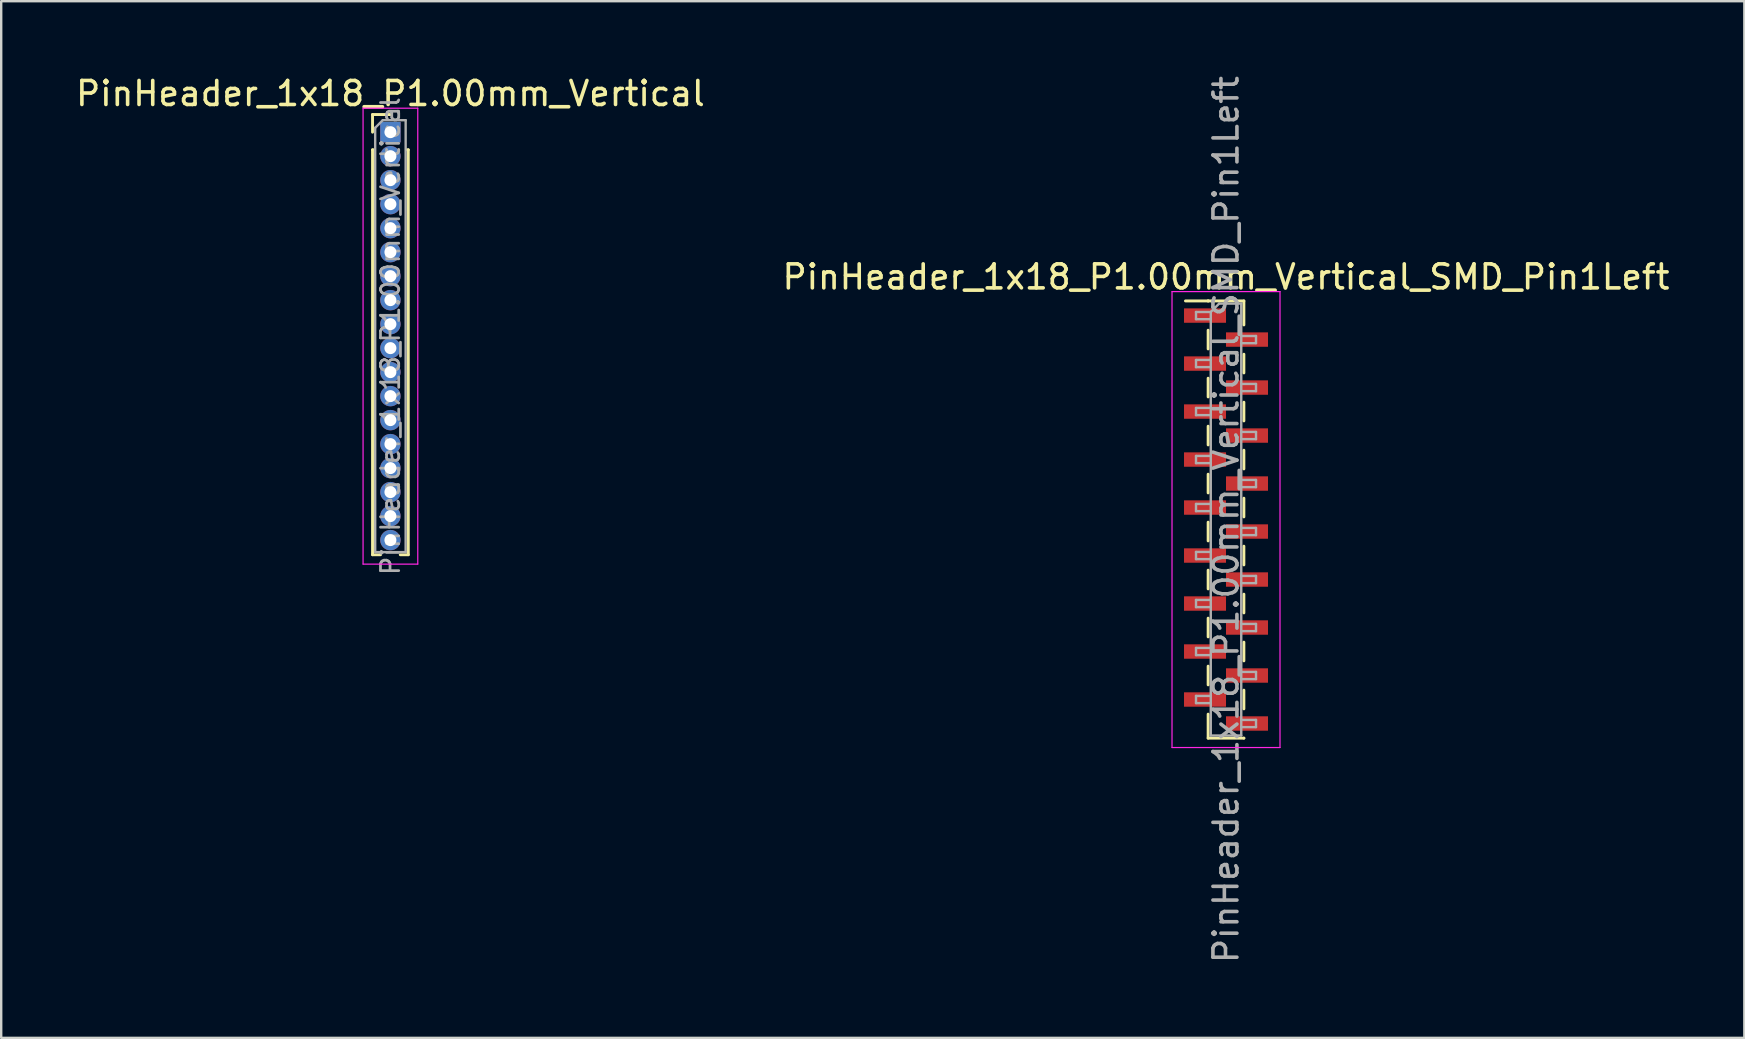
<source format=kicad_pcb>
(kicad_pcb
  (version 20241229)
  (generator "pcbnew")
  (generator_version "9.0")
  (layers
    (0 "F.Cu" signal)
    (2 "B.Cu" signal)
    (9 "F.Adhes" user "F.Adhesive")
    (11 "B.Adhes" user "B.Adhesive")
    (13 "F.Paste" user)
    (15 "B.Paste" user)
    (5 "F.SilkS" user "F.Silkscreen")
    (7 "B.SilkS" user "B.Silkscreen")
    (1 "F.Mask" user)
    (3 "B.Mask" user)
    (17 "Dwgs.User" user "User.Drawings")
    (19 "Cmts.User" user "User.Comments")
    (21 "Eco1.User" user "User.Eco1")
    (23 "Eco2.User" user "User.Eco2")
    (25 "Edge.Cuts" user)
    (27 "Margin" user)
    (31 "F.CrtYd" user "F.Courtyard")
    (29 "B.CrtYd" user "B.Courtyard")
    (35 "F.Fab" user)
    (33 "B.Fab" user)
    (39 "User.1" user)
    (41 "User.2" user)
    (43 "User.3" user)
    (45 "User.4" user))
  (footprint "PinHeader_1x18_P1.00mm_Vertical"
    (layer "F.Cu")
    (at 13.22 2.458)
    (property "Reference" "PinHeader_1x18_P1.00mm_Vertical" (at 0 -1.61 0) (layer "F.SilkS") (effects (font (size 1 1) (thickness 0.15))))
    (attr through_hole)
    (fp_line (start -0.745 -0.735) (end 0 -0.735) (stroke (width 0.12) (type solid)) (layer "F.SilkS"))
    (fp_line (start -0.745 0) (end -0.745 -0.735) (stroke (width 0.12) (type solid)) (layer "F.SilkS"))
    (fp_line (start -0.745 0.735) (end -0.745 17.61) (stroke (width 0.12) (type solid)) (layer "F.SilkS"))
    (fp_line (start -0.745 0.735) (end -0.686 0.735) (stroke (width 0.12) (type solid)) (layer "F.SilkS"))
    (fp_line (start -0.745 17.61) (end -0.41 17.61) (stroke (width 0.12) (type solid)) (layer "F.SilkS"))
    (fp_line (start 0.41 17.61) (end 0.745 17.61) (stroke (width 0.12) (type solid)) (layer "F.SilkS"))
    (fp_line (start 0.686 0.735) (end 0.745 0.735) (stroke (width 0.12) (type solid)) (layer "F.SilkS"))
    (fp_line (start 0.745 0.735) (end 0.745 17.61) (stroke (width 0.12) (type solid)) (layer "F.SilkS"))
    (fp_line (start -1.14 -1) (end -1.14 18) (stroke (width 0.05) (type solid)) (layer "F.CrtYd"))
    (fp_line (start -1.14 18) (end 1.14 18) (stroke (width 0.05) (type solid)) (layer "F.CrtYd"))
    (fp_line (start 1.14 -1) (end -1.14 -1) (stroke (width 0.05) (type solid)) (layer "F.CrtYd"))
    (fp_line (start 1.14 18) (end 1.14 -1) (stroke (width 0.05) (type solid)) (layer "F.CrtYd"))
    (fp_line (start -0.635 -0.182) (end -0.318 -0.5) (stroke (width 0.1) (type solid)) (layer "F.Fab"))
    (fp_line (start -0.635 17.5) (end -0.635 -0.182) (stroke (width 0.1) (type solid)) (layer "F.Fab"))
    (fp_line (start -0.318 -0.5) (end 0.635 -0.5) (stroke (width 0.1) (type solid)) (layer "F.Fab"))
    (fp_line (start 0.635 -0.5) (end 0.635 17.5) (stroke (width 0.1) (type solid)) (layer "F.Fab"))
    (fp_line (start 0.635 17.5) (end -0.635 17.5) (stroke (width 0.1) (type solid)) (layer "F.Fab"))
    (fp_text user "${REFERENCE}" (at 0 8.5 90) (layer "F.Fab") (effects (font (size 0.76 0.76) (thickness 0.114))))
    (pad "1" thru_hole rect (at 0 0) (size 0.85 0.85) (drill 0.5) (layers "*.Cu" "*.Mask"))
    (pad "2" thru_hole circle (at 0 1) (size 0.85 0.85) (drill 0.5) (layers "*.Cu" "*.Mask"))
    (pad "3" thru_hole circle (at 0 2) (size 0.85 0.85) (drill 0.5) (layers "*.Cu" "*.Mask"))
    (pad "4" thru_hole circle (at 0 3) (size 0.85 0.85) (drill 0.5) (layers "*.Cu" "*.Mask"))
    (pad "5" thru_hole circle (at 0 4) (size 0.85 0.85) (drill 0.5) (layers "*.Cu" "*.Mask"))
    (pad "6" thru_hole circle (at 0 5) (size 0.85 0.85) (drill 0.5) (layers "*.Cu" "*.Mask"))
    (pad "7" thru_hole circle (at 0 6) (size 0.85 0.85) (drill 0.5) (layers "*.Cu" "*.Mask"))
    (pad "8" thru_hole circle (at 0 7) (size 0.85 0.85) (drill 0.5) (layers "*.Cu" "*.Mask"))
    (pad "9" thru_hole circle (at 0 8) (size 0.85 0.85) (drill 0.5) (layers "*.Cu" "*.Mask"))
    (pad "10" thru_hole circle (at 0 9) (size 0.85 0.85) (drill 0.5) (layers "*.Cu" "*.Mask"))
    (pad "11" thru_hole circle (at 0 10) (size 0.85 0.85) (drill 0.5) (layers "*.Cu" "*.Mask"))
    (pad "12" thru_hole circle (at 0 11) (size 0.85 0.85) (drill 0.5) (layers "*.Cu" "*.Mask"))
    (pad "13" thru_hole circle (at 0 12) (size 0.85 0.85) (drill 0.5) (layers "*.Cu" "*.Mask"))
    (pad "14" thru_hole circle (at 0 13) (size 0.85 0.85) (drill 0.5) (layers "*.Cu" "*.Mask"))
    (pad "15" thru_hole circle (at 0 14) (size 0.85 0.85) (drill 0.5) (layers "*.Cu" "*.Mask"))
    (pad "16" thru_hole circle (at 0 15) (size 0.85 0.85) (drill 0.5) (layers "*.Cu" "*.Mask"))
    (pad "17" thru_hole circle (at 0 16) (size 0.85 0.85) (drill 0.5) (layers "*.Cu" "*.Mask"))
    (pad "18" thru_hole circle (at 0 17) (size 0.85 0.85) (drill 0.5) (layers "*.Cu" "*.Mask")))
  (footprint "PinHeader_1x18_P1.00mm_Vertical_SMD_Pin1Left"
    (layer "F.Cu")
    (at 48.042 18.601)
    (property "Reference" "PinHeader_1x18_P1.00mm_Vertical_SMD_Pin1Left" (at 0 -10.11 0) (layer "F.SilkS") (effects (font (size 1 1) (thickness 0.15))))
    (attr smd)
    (fp_line (start -0.745 -9.11) (end -1.69 -9.11) (stroke (width 0.12) (type solid)) (layer "F.SilkS"))
    (fp_line (start -0.745 -9.11) (end -0.745 -9.11) (stroke (width 0.12) (type solid)) (layer "F.SilkS"))
    (fp_line (start -0.745 -9.11) (end 0.745 -9.11) (stroke (width 0.12) (type solid)) (layer "F.SilkS"))
    (fp_line (start -0.745 -7.89) (end -0.745 -7.11) (stroke (width 0.12) (type solid)) (layer "F.SilkS"))
    (fp_line (start -0.745 -5.89) (end -0.745 -5.11) (stroke (width 0.12) (type solid)) (layer "F.SilkS"))
    (fp_line (start -0.745 -3.89) (end -0.745 -3.11) (stroke (width 0.12) (type solid)) (layer "F.SilkS"))
    (fp_line (start -0.745 -1.89) (end -0.745 -1.11) (stroke (width 0.12) (type solid)) (layer "F.SilkS"))
    (fp_line (start -0.745 0.11) (end -0.745 0.89) (stroke (width 0.12) (type solid)) (layer "F.SilkS"))
    (fp_line (start -0.745 2.11) (end -0.745 2.89) (stroke (width 0.12) (type solid)) (layer "F.SilkS"))
    (fp_line (start -0.745 4.11) (end -0.745 4.89) (stroke (width 0.12) (type solid)) (layer "F.SilkS"))
    (fp_line (start -0.745 6.11) (end -0.745 6.89) (stroke (width 0.12) (type solid)) (layer "F.SilkS"))
    (fp_line (start -0.745 8.11) (end -0.745 9.11) (stroke (width 0.12) (type solid)) (layer "F.SilkS"))
    (fp_line (start -0.745 9.11) (end 0.745 9.11) (stroke (width 0.12) (type solid)) (layer "F.SilkS"))
    (fp_line (start 0.745 -9.11) (end 0.745 -8.11) (stroke (width 0.12) (type solid)) (layer "F.SilkS"))
    (fp_line (start 0.745 -6.89) (end 0.745 -6.11) (stroke (width 0.12) (type solid)) (layer "F.SilkS"))
    (fp_line (start 0.745 -4.89) (end 0.745 -4.11) (stroke (width 0.12) (type solid)) (layer "F.SilkS"))
    (fp_line (start 0.745 -2.89) (end 0.745 -2.11) (stroke (width 0.12) (type solid)) (layer "F.SilkS"))
    (fp_line (start 0.745 -0.89) (end 0.745 -0.11) (stroke (width 0.12) (type solid)) (layer "F.SilkS"))
    (fp_line (start 0.745 1.11) (end 0.745 1.89) (stroke (width 0.12) (type solid)) (layer "F.SilkS"))
    (fp_line (start 0.745 3.11) (end 0.745 3.89) (stroke (width 0.12) (type solid)) (layer "F.SilkS"))
    (fp_line (start 0.745 5.11) (end 0.745 5.89) (stroke (width 0.12) (type solid)) (layer "F.SilkS"))
    (fp_line (start 0.745 7.11) (end 0.745 7.89) (stroke (width 0.12) (type solid)) (layer "F.SilkS"))
    (fp_line (start 0.745 9.11) (end 0.745 9.11) (stroke (width 0.12) (type solid)) (layer "F.SilkS"))
    (fp_line (start -2.25 -9.5) (end -2.25 9.5) (stroke (width 0.05) (type solid)) (layer "F.CrtYd"))
    (fp_line (start -2.25 9.5) (end 2.25 9.5) (stroke (width 0.05) (type solid)) (layer "F.CrtYd"))
    (fp_line (start 2.25 -9.5) (end -2.25 -9.5) (stroke (width 0.05) (type solid)) (layer "F.CrtYd"))
    (fp_line (start 2.25 9.5) (end 2.25 -9.5) (stroke (width 0.05) (type solid)) (layer "F.CrtYd"))
    (fp_line (start -1.25 -8.65) (end -1.25 -8.35) (stroke (width 0.1) (type solid)) (layer "F.Fab"))
    (fp_line (start -1.25 -8.35) (end -0.635 -8.35) (stroke (width 0.1) (type solid)) (layer "F.Fab"))
    (fp_line (start -1.25 -6.65) (end -1.25 -6.35) (stroke (width 0.1) (type solid)) (layer "F.Fab"))
    (fp_line (start -1.25 -6.35) (end -0.635 -6.35) (stroke (width 0.1) (type solid)) (layer "F.Fab"))
    (fp_line (start -1.25 -4.65) (end -1.25 -4.35) (stroke (width 0.1) (type solid)) (layer "F.Fab"))
    (fp_line (start -1.25 -4.35) (end -0.635 -4.35) (stroke (width 0.1) (type solid)) (layer "F.Fab"))
    (fp_line (start -1.25 -2.65) (end -1.25 -2.35) (stroke (width 0.1) (type solid)) (layer "F.Fab"))
    (fp_line (start -1.25 -2.35) (end -0.635 -2.35) (stroke (width 0.1) (type solid)) (layer "F.Fab"))
    (fp_line (start -1.25 -0.65) (end -1.25 -0.35) (stroke (width 0.1) (type solid)) (layer "F.Fab"))
    (fp_line (start -1.25 -0.35) (end -0.635 -0.35) (stroke (width 0.1) (type solid)) (layer "F.Fab"))
    (fp_line (start -1.25 1.35) (end -1.25 1.65) (stroke (width 0.1) (type solid)) (layer "F.Fab"))
    (fp_line (start -1.25 1.65) (end -0.635 1.65) (stroke (width 0.1) (type solid)) (layer "F.Fab"))
    (fp_line (start -1.25 3.35) (end -1.25 3.65) (stroke (width 0.1) (type solid)) (layer "F.Fab"))
    (fp_line (start -1.25 3.65) (end -0.635 3.65) (stroke (width 0.1) (type solid)) (layer "F.Fab"))
    (fp_line (start -1.25 5.35) (end -1.25 5.65) (stroke (width 0.1) (type solid)) (layer "F.Fab"))
    (fp_line (start -1.25 5.65) (end -0.635 5.65) (stroke (width 0.1) (type solid)) (layer "F.Fab"))
    (fp_line (start -1.25 7.35) (end -1.25 7.65) (stroke (width 0.1) (type solid)) (layer "F.Fab"))
    (fp_line (start -1.25 7.65) (end -0.635 7.65) (stroke (width 0.1) (type solid)) (layer "F.Fab"))
    (fp_line (start -0.635 -8.65) (end -1.25 -8.65) (stroke (width 0.1) (type solid)) (layer "F.Fab"))
    (fp_line (start -0.635 -8.65) (end -0.285 -9) (stroke (width 0.1) (type solid)) (layer "F.Fab"))
    (fp_line (start -0.635 -6.65) (end -1.25 -6.65) (stroke (width 0.1) (type solid)) (layer "F.Fab"))
    (fp_line (start -0.635 -4.65) (end -1.25 -4.65) (stroke (width 0.1) (type solid)) (layer "F.Fab"))
    (fp_line (start -0.635 -2.65) (end -1.25 -2.65) (stroke (width 0.1) (type solid)) (layer "F.Fab"))
    (fp_line (start -0.635 -0.65) (end -1.25 -0.65) (stroke (width 0.1) (type solid)) (layer "F.Fab"))
    (fp_line (start -0.635 1.35) (end -1.25 1.35) (stroke (width 0.1) (type solid)) (layer "F.Fab"))
    (fp_line (start -0.635 3.35) (end -1.25 3.35) (stroke (width 0.1) (type solid)) (layer "F.Fab"))
    (fp_line (start -0.635 5.35) (end -1.25 5.35) (stroke (width 0.1) (type solid)) (layer "F.Fab"))
    (fp_line (start -0.635 7.35) (end -1.25 7.35) (stroke (width 0.1) (type solid)) (layer "F.Fab"))
    (fp_line (start -0.635 9) (end -0.635 -8.65) (stroke (width 0.1) (type solid)) (layer "F.Fab"))
    (fp_line (start -0.285 -9) (end 0.635 -9) (stroke (width 0.1) (type solid)) (layer "F.Fab"))
    (fp_line (start 0.635 -9) (end 0.635 9) (stroke (width 0.1) (type solid)) (layer "F.Fab"))
    (fp_line (start 0.635 -7.65) (end 1.25 -7.65) (stroke (width 0.1) (type solid)) (layer "F.Fab"))
    (fp_line (start 0.635 -5.65) (end 1.25 -5.65) (stroke (width 0.1) (type solid)) (layer "F.Fab"))
    (fp_line (start 0.635 -3.65) (end 1.25 -3.65) (stroke (width 0.1) (type solid)) (layer "F.Fab"))
    (fp_line (start 0.635 -1.65) (end 1.25 -1.65) (stroke (width 0.1) (type solid)) (layer "F.Fab"))
    (fp_line (start 0.635 0.35) (end 1.25 0.35) (stroke (width 0.1) (type solid)) (layer "F.Fab"))
    (fp_line (start 0.635 2.35) (end 1.25 2.35) (stroke (width 0.1) (type solid)) (layer "F.Fab"))
    (fp_line (start 0.635 4.35) (end 1.25 4.35) (stroke (width 0.1) (type solid)) (layer "F.Fab"))
    (fp_line (start 0.635 6.35) (end 1.25 6.35) (stroke (width 0.1) (type solid)) (layer "F.Fab"))
    (fp_line (start 0.635 8.35) (end 1.25 8.35) (stroke (width 0.1) (type solid)) (layer "F.Fab"))
    (fp_line (start 0.635 9) (end -0.635 9) (stroke (width 0.1) (type solid)) (layer "F.Fab"))
    (fp_line (start 1.25 -7.65) (end 1.25 -7.35) (stroke (width 0.1) (type solid)) (layer "F.Fab"))
    (fp_line (start 1.25 -7.35) (end 0.635 -7.35) (stroke (width 0.1) (type solid)) (layer "F.Fab"))
    (fp_line (start 1.25 -5.65) (end 1.25 -5.35) (stroke (width 0.1) (type solid)) (layer "F.Fab"))
    (fp_line (start 1.25 -5.35) (end 0.635 -5.35) (stroke (width 0.1) (type solid)) (layer "F.Fab"))
    (fp_line (start 1.25 -3.65) (end 1.25 -3.35) (stroke (width 0.1) (type solid)) (layer "F.Fab"))
    (fp_line (start 1.25 -3.35) (end 0.635 -3.35) (stroke (width 0.1) (type solid)) (layer "F.Fab"))
    (fp_line (start 1.25 -1.65) (end 1.25 -1.35) (stroke (width 0.1) (type solid)) (layer "F.Fab"))
    (fp_line (start 1.25 -1.35) (end 0.635 -1.35) (stroke (width 0.1) (type solid)) (layer "F.Fab"))
    (fp_line (start 1.25 0.35) (end 1.25 0.65) (stroke (width 0.1) (type solid)) (layer "F.Fab"))
    (fp_line (start 1.25 0.65) (end 0.635 0.65) (stroke (width 0.1) (type solid)) (layer "F.Fab"))
    (fp_line (start 1.25 2.35) (end 1.25 2.65) (stroke (width 0.1) (type solid)) (layer "F.Fab"))
    (fp_line (start 1.25 2.65) (end 0.635 2.65) (stroke (width 0.1) (type solid)) (layer "F.Fab"))
    (fp_line (start 1.25 4.35) (end 1.25 4.65) (stroke (width 0.1) (type solid)) (layer "F.Fab"))
    (fp_line (start 1.25 4.65) (end 0.635 4.65) (stroke (width 0.1) (type solid)) (layer "F.Fab"))
    (fp_line (start 1.25 6.35) (end 1.25 6.65) (stroke (width 0.1) (type solid)) (layer "F.Fab"))
    (fp_line (start 1.25 6.65) (end 0.635 6.65) (stroke (width 0.1) (type solid)) (layer "F.Fab"))
    (fp_line (start 1.25 8.35) (end 1.25 8.65) (stroke (width 0.1) (type solid)) (layer "F.Fab"))
    (fp_line (start 1.25 8.65) (end 0.635 8.65) (stroke (width 0.1) (type solid)) (layer "F.Fab"))
    (fp_text user "${REFERENCE}" (at 0 0 90) (layer "F.Fab") (effects (font (size 1 1) (thickness 0.15))))
    (pad "1" smd rect (at -0.875 -8.5) (size 1.75 0.6) (layers "F.Cu" "F.Mask" "F.Paste"))
    (pad "2" smd rect (at 0.875 -7.5) (size 1.75 0.6) (layers "F.Cu" "F.Mask" "F.Paste"))
    (pad "3" smd rect (at -0.875 -6.5) (size 1.75 0.6) (layers "F.Cu" "F.Mask" "F.Paste"))
    (pad "4" smd rect (at 0.875 -5.5) (size 1.75 0.6) (layers "F.Cu" "F.Mask" "F.Paste"))
    (pad "5" smd rect (at -0.875 -4.5) (size 1.75 0.6) (layers "F.Cu" "F.Mask" "F.Paste"))
    (pad "6" smd rect (at 0.875 -3.5) (size 1.75 0.6) (layers "F.Cu" "F.Mask" "F.Paste"))
    (pad "7" smd rect (at -0.875 -2.5) (size 1.75 0.6) (layers "F.Cu" "F.Mask" "F.Paste"))
    (pad "8" smd rect (at 0.875 -1.5) (size 1.75 0.6) (layers "F.Cu" "F.Mask" "F.Paste"))
    (pad "9" smd rect (at -0.875 -0.5) (size 1.75 0.6) (layers "F.Cu" "F.Mask" "F.Paste"))
    (pad "10" smd rect (at 0.875 0.5) (size 1.75 0.6) (layers "F.Cu" "F.Mask" "F.Paste"))
    (pad "11" smd rect (at -0.875 1.5) (size 1.75 0.6) (layers "F.Cu" "F.Mask" "F.Paste"))
    (pad "12" smd rect (at 0.875 2.5) (size 1.75 0.6) (layers "F.Cu" "F.Mask" "F.Paste"))
    (pad "13" smd rect (at -0.875 3.5) (size 1.75 0.6) (layers "F.Cu" "F.Mask" "F.Paste"))
    (pad "14" smd rect (at 0.875 4.5) (size 1.75 0.6) (layers "F.Cu" "F.Mask" "F.Paste"))
    (pad "15" smd rect (at -0.875 5.5) (size 1.75 0.6) (layers "F.Cu" "F.Mask" "F.Paste"))
    (pad "16" smd rect (at 0.875 6.5) (size 1.75 0.6) (layers "F.Cu" "F.Mask" "F.Paste"))
    (pad "17" smd rect (at -0.875 7.5) (size 1.75 0.6) (layers "F.Cu" "F.Mask" "F.Paste"))
    (pad "18" smd rect (at 0.875 8.5) (size 1.75 0.6) (layers "F.Cu" "F.Mask" "F.Paste")))
  (gr_rect
    (start -3 -3)
    (end 69.643 40.202)
    (stroke (width 0.1) (type default))
    (fill no)
    (layer "Edge.Cuts")))
</source>
